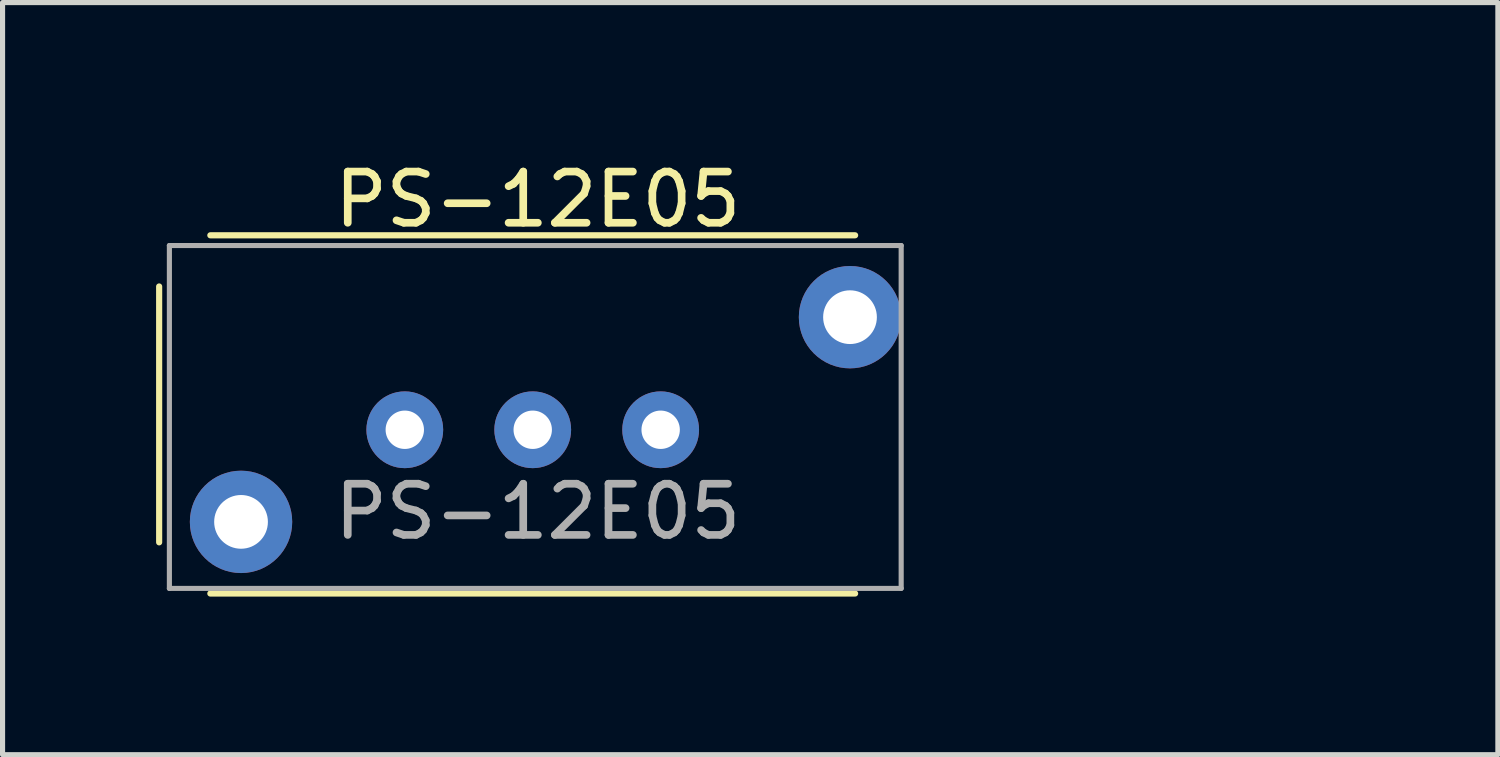
<source format=kicad_pcb>
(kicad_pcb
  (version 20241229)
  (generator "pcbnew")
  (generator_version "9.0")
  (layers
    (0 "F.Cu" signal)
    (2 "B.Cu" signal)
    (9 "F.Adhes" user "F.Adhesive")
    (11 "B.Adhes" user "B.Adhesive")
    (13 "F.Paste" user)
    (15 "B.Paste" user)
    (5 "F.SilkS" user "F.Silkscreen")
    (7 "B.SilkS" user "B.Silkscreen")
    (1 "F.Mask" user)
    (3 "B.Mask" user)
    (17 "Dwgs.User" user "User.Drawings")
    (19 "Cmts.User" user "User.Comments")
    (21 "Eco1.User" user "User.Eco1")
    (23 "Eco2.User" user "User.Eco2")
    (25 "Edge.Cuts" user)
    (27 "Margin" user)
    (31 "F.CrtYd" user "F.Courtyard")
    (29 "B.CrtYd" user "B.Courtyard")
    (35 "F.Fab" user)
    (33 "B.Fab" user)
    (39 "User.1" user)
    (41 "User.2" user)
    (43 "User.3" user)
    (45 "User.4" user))
  (footprint "PS-12E05"
    (layer "F.Cu")
    (at 4.86 5.348)
    (property "Reference" "PS-12E05" (at 2.6 -4.5 0) (unlocked yes) (layer "F.SilkS") (effects (font (size 1 1) (thickness 0.15))))
    (attr through_hole)
    (fp_line (start -4.8 -2.8) (end -4.8 2.2) (stroke (width 0.12) (type solid)) (layer "F.SilkS"))
    (fp_line (start -3.8 -3.8) (end 8.8 -3.8) (stroke (width 0.12) (type solid)) (layer "F.SilkS"))
    (fp_line (start -3.8 3.2) (end 8.8 3.2) (stroke (width 0.12) (type solid)) (layer "F.SilkS"))
    (fp_line (start -4.6 -3.6) (end 9.7 -3.6) (stroke (width 0.1) (type solid)) (layer "F.Fab"))
    (fp_line (start -4.6 3.1) (end -4.6 -3.6) (stroke (width 0.1) (type solid)) (layer "F.Fab"))
    (fp_line (start 9.7 -3.6) (end 9.7 3.1) (stroke (width 0.1) (type solid)) (layer "F.Fab"))
    (fp_line (start 9.7 3.1) (end -4.6 3.1) (stroke (width 0.1) (type solid)) (layer "F.Fab"))
    (fp_line (start -4.5 -3.5) (end 9.6 -3.5) (stroke (width 0.12) (type solid)) (layer "User.1"))
    (fp_line (start -4.5 3) (end -4.5 -3.5) (stroke (width 0.12) (type solid)) (layer "User.1"))
    (fp_line (start 9.6 3) (end -4.5 3) (stroke (width 0.12) (type solid)) (layer "User.1"))
    (fp_line (start 10.5 1.5) (end 11.5 1.5) (stroke (width 0.12) (type solid)) (layer "User.1"))
    (fp_line (start 12 1.5) (end 13 1.5) (stroke (width 0.12) (type solid)) (layer "User.1"))
    (fp_line (start 13.5 1.5) (end 14.5 1.5) (stroke (width 0.12) (type solid)) (layer "User.1"))
    (fp_line (start 15 1.5) (end 16 1.5) (stroke (width 0.12) (type solid)) (layer "User.1"))
    (fp_line (start 16.5 1.5) (end 17.5 1.5) (stroke (width 0.12) (type solid)) (layer "User.1"))
    (fp_line (start 18 1.5) (end 18.3 1.5) (stroke (width 0.12) (type solid)) (layer "User.1"))
    (fp_line (start 18.3 1.8) (end 18.3 1.2) (stroke (width 0.12) (type solid)) (layer "User.1"))
    (fp_text user "${REFERENCE}" (at 2.6 1.6 0) (unlocked yes) (layer "F.Fab") (effects (font (size 1 1) (thickness 0.15))))
    (fp_text user "22mm len" (at 14.4 2.5 0) (unlocked yes) (layer "User.1") (effects (font (size 1 1) (thickness 0.15))))
    (pad "1" thru_hole circle (at 0 0) (size 1.5 1.5) (drill 0.75) (layers "*.Cu" "*.Mask"))
    (pad "2" thru_hole circle (at 2.5 0) (size 1.5 1.5) (drill 0.75) (layers "*.Cu" "*.Mask"))
    (pad "3" thru_hole circle (at 5 0) (size 1.5 1.5) (drill 0.75) (layers "*.Cu" "*.Mask"))
    (pad "4" thru_hole circle (at -3.2 1.8) (size 2 2) (drill 1.05) (layers "*.Cu" "*.Mask"))
    (pad "4" thru_hole circle (at 8.7 -2.2) (size 2 2) (drill 1.05) (layers "*.Cu" "*.Mask")))
  (gr_rect
    (start -3 -3)
    (end 26.22 11.697)
    (stroke (width 0.1) (type default))
    (fill no)
    (layer "Edge.Cuts")))
</source>
